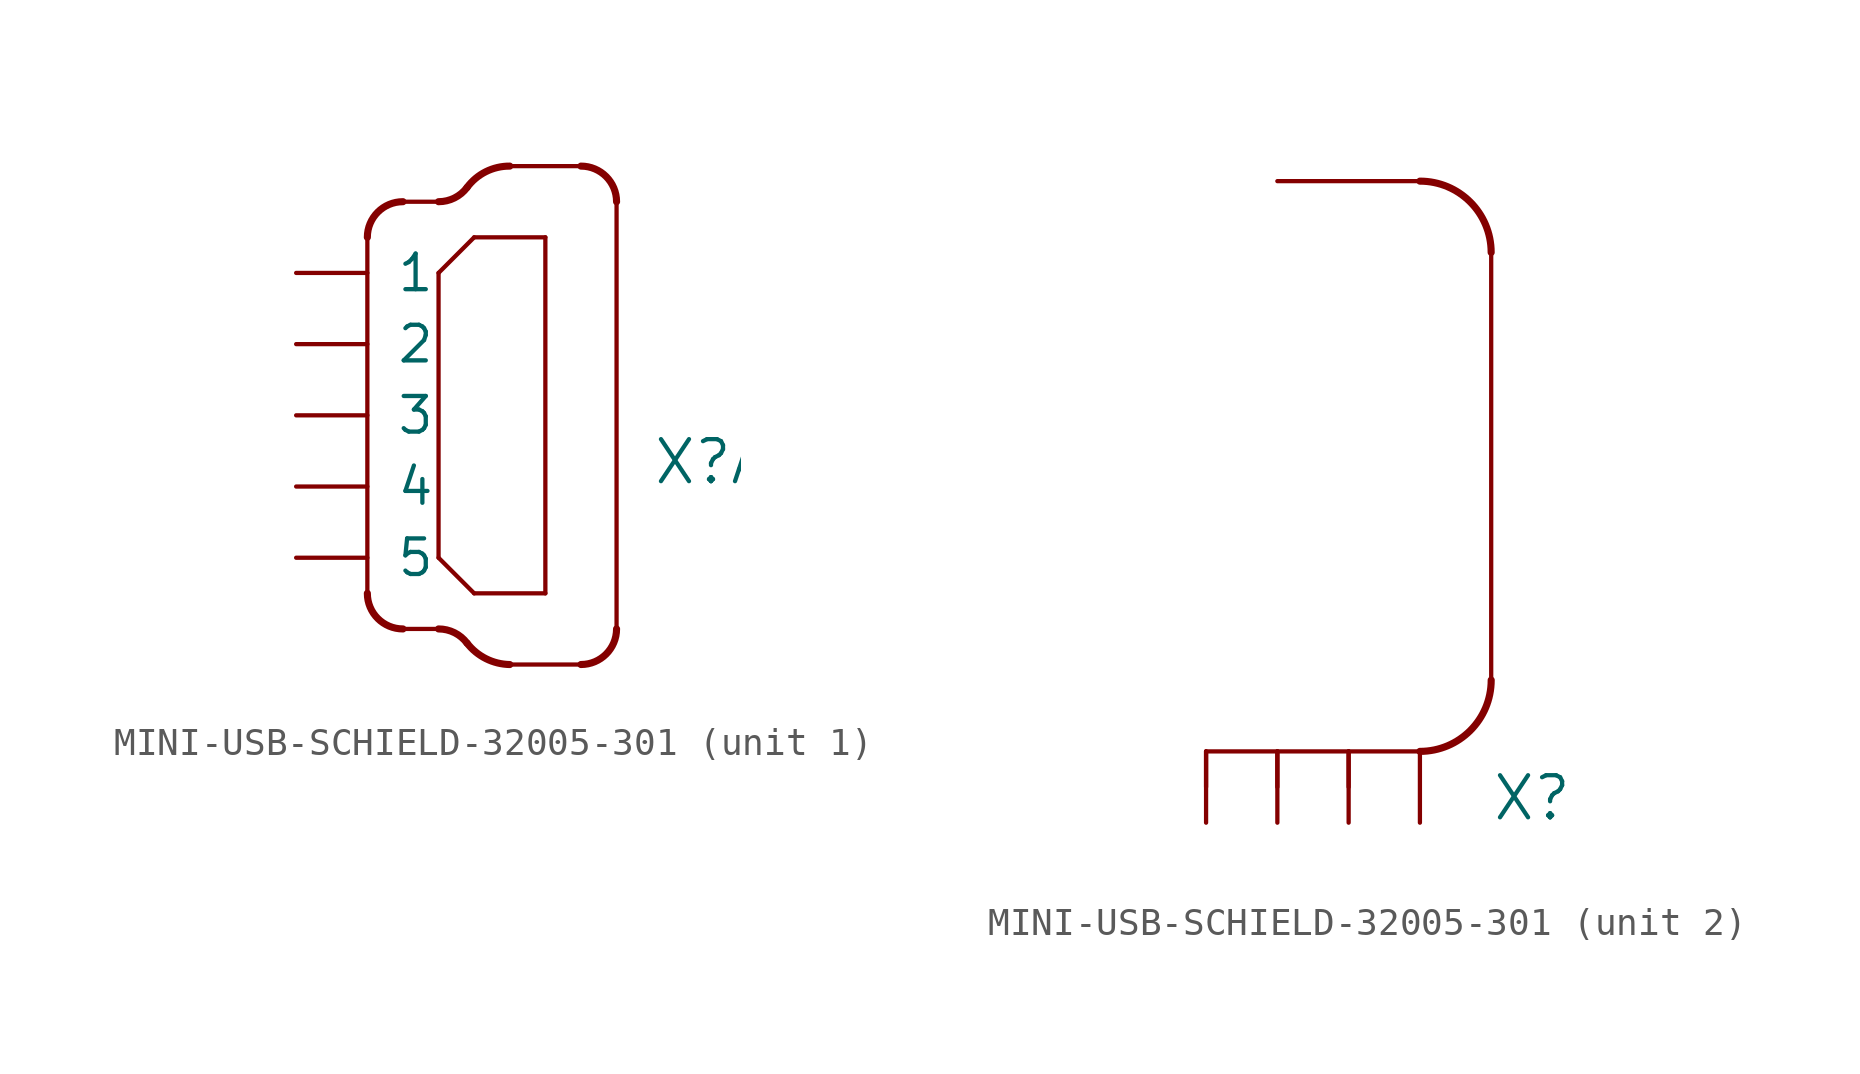
<source format=kicad_sym>
(kicad_symbol_lib
  (version 20211014)
  (generator kicad_symbol_editor)
  (symbol "MINI-USB-SCHIELD-32005-301"
    (pin_names
      (offset 1.016))
    (property "Reference" "X"
      (at 7.62 -2.54 0)
      (effects (font (size 1.499 1.499)) (justify left bottom)))
    (property "ki_locked" ""
      (at 0 0 0)
      (effects (font (size 1.27 1.27))))
    (symbol "MINI-USB-SCHIELD-32005-301_1_0"
      (arc (start -2.54 -6.35) (mid -2.168 -7.248) (end -1.27 -7.62) (stroke (width 0.254) (type default) (color 0 0 0 0)) (fill (type none)))
      (arc (start -1.27 7.62) (mid -2.168 7.248) (end -2.54 6.35) (stroke (width 0.254) (type default) (color 0 0 0 0)) (fill (type none)))
      (polyline (pts (xy -2.54 6.35) (xy -2.54 -6.35)) (stroke (width 0) (type default) (color 0 0 0 0)) (fill (type none)))
      (polyline (pts (xy -1.27 -7.62) (xy 0 -7.62)) (stroke (width 0) (type default) (color 0 0 0 0)) (fill (type none)))
      (polyline (pts (xy -1.27 7.62) (xy 0 7.62)) (stroke (width 0) (type default) (color 0 0 0 0)) (fill (type none)))
      (polyline (pts (xy 0 -5.08) (xy 1.27 -6.35)) (stroke (width 0) (type default) (color 0 0 0 0)) (fill (type none)))
      (polyline (pts (xy 0 5.08) (xy 0 -5.08)) (stroke (width 0) (type default) (color 0 0 0 0)) (fill (type none)))
      (polyline (pts (xy 1.27 -6.35) (xy 3.81 -6.35)) (stroke (width 0) (type default) (color 0 0 0 0)) (fill (type none)))
      (polyline (pts (xy 1.27 6.35) (xy 0 5.08)) (stroke (width 0) (type default) (color 0 0 0 0)) (fill (type none)))
      (polyline (pts (xy 2.54 -8.89) (xy 5.08 -8.89)) (stroke (width 0) (type default) (color 0 0 0 0)) (fill (type none)))
      (polyline (pts (xy 2.54 8.89) (xy 5.08 8.89)) (stroke (width 0) (type default) (color 0 0 0 0)) (fill (type none)))
      (polyline (pts (xy 3.81 -6.35) (xy 3.81 6.35)) (stroke (width 0) (type default) (color 0 0 0 0)) (fill (type none)))
      (polyline (pts (xy 3.81 6.35) (xy 1.27 6.35)) (stroke (width 0) (type default) (color 0 0 0 0)) (fill (type none)))
      (polyline (pts (xy 6.35 -7.62) (xy 6.35 7.62)) (stroke (width 0) (type default) (color 0 0 0 0)) (fill (type none)))
      (arc (start 0 7.62) (mid 0.568 7.7541) (end 1.016 8.128) (stroke (width 0.254) (type default) (color 0 0 0 0)) (fill (type none)))
      (arc (start 1.016 -8.128) (mid 0.568 -7.7541) (end 0 -7.62) (stroke (width 0.254) (type default) (color 0 0 0 0)) (fill (type none)))
      (arc (start 1.016 -8.128) (mid 1.6903 -8.6817) (end 2.54 -8.89) (stroke (width 0.254) (type default) (color 0 0 0 0)) (fill (type none)))
      (arc (start 2.54 8.89) (mid 1.6858 8.6907) (end 1.016 8.128) (stroke (width 0.254) (type default) (color 0 0 0 0)) (fill (type none)))
      (arc (start 5.08 -8.89) (mid 5.978 -8.518) (end 6.35 -7.62) (stroke (width 0.254) (type default) (color 0 0 0 0)) (fill (type none)))
      (arc (start 6.35 7.62) (mid 5.978 8.518) (end 5.08 8.89) (stroke (width 0.254) (type default) (color 0 0 0 0)) (fill (type none)))
      (pin passive line (at -5.08 5.08 0) (length 2.54) (name "1" (effects (font (size 1.27 1.27)))) (number "1" (effects (font (size 0 0)))))
      (pin passive line (at -5.08 2.54 0) (length 2.54) (name "2" (effects (font (size 1.27 1.27)))) (number "2" (effects (font (size 0 0)))))
      (pin passive line (at -5.08 0 0) (length 2.54) (name "3" (effects (font (size 1.27 1.27)))) (number "3" (effects (font (size 0 0)))))
      (pin passive line (at -5.08 -2.54 0) (length 2.54) (name "4" (effects (font (size 1.27 1.27)))) (number "4" (effects (font (size 0 0)))))
      (pin passive line (at -5.08 -5.08 0) (length 2.54) (name "5" (effects (font (size 1.27 1.27)))) (number "5" (effects (font (size 0 0))))))
    (symbol "MINI-USB-SCHIELD-32005-301_2_0"
      (polyline (pts (xy -2.54 -1.27) (xy -2.54 0)) (stroke (width 0) (type default) (color 0 0 0 0)) (fill (type none)))
      (polyline (pts (xy -2.54 0) (xy 0 0)) (stroke (width 0) (type default) (color 0 0 0 0)) (fill (type none)))
      (polyline (pts (xy 0 -1.27) (xy 0 0)) (stroke (width 0) (type default) (color 0 0 0 0)) (fill (type none)))
      (polyline (pts (xy 0 0) (xy 2.54 0)) (stroke (width 0) (type default) (color 0 0 0 0)) (fill (type none)))
      (polyline (pts (xy 2.54 -1.27) (xy 2.54 0)) (stroke (width 0) (type default) (color 0 0 0 0)) (fill (type none)))
      (polyline (pts (xy 2.54 0) (xy 5.08 0)) (stroke (width 0) (type default) (color 0 0 0 0)) (fill (type none)))
      (polyline (pts (xy 5.08 20.32) (xy 0 20.32)) (stroke (width 0) (type default) (color 0 0 0 0)) (fill (type none)))
      (polyline (pts (xy 7.62 2.54) (xy 7.62 17.78)) (stroke (width 0) (type default) (color 0 0 0 0)) (fill (type none)))
      (arc (start 5.08 0) (mid 6.8761 0.7439) (end 7.62 2.54) (stroke (width 0.254) (type default) (color 0 0 0 0)) (fill (type none)))
      (arc (start 7.62 17.78) (mid 6.8761 19.5761) (end 5.08 20.32) (stroke (width 0.254) (type default) (color 0 0 0 0)) (fill (type none)))
      (pin passive line (at -2.54 -2.54 90) (length 2.54) (name "S1" (effects (font (size 0 0)))) (number "M1" (effects (font (size 0 0)))))
      (pin passive line (at 0 -2.54 90) (length 2.54) (name "S2" (effects (font (size 0 0)))) (number "M2" (effects (font (size 0 0)))))
      (pin passive line (at 2.54 -2.54 90) (length 2.54) (name "S3" (effects (font (size 0 0)))) (number "M3" (effects (font (size 0 0)))))
      (pin passive line (at 5.08 -2.54 90) (length 2.54) (name "S4" (effects (font (size 0 0)))) (number "M4" (effects (font (size 0 0))))))))
</source>
